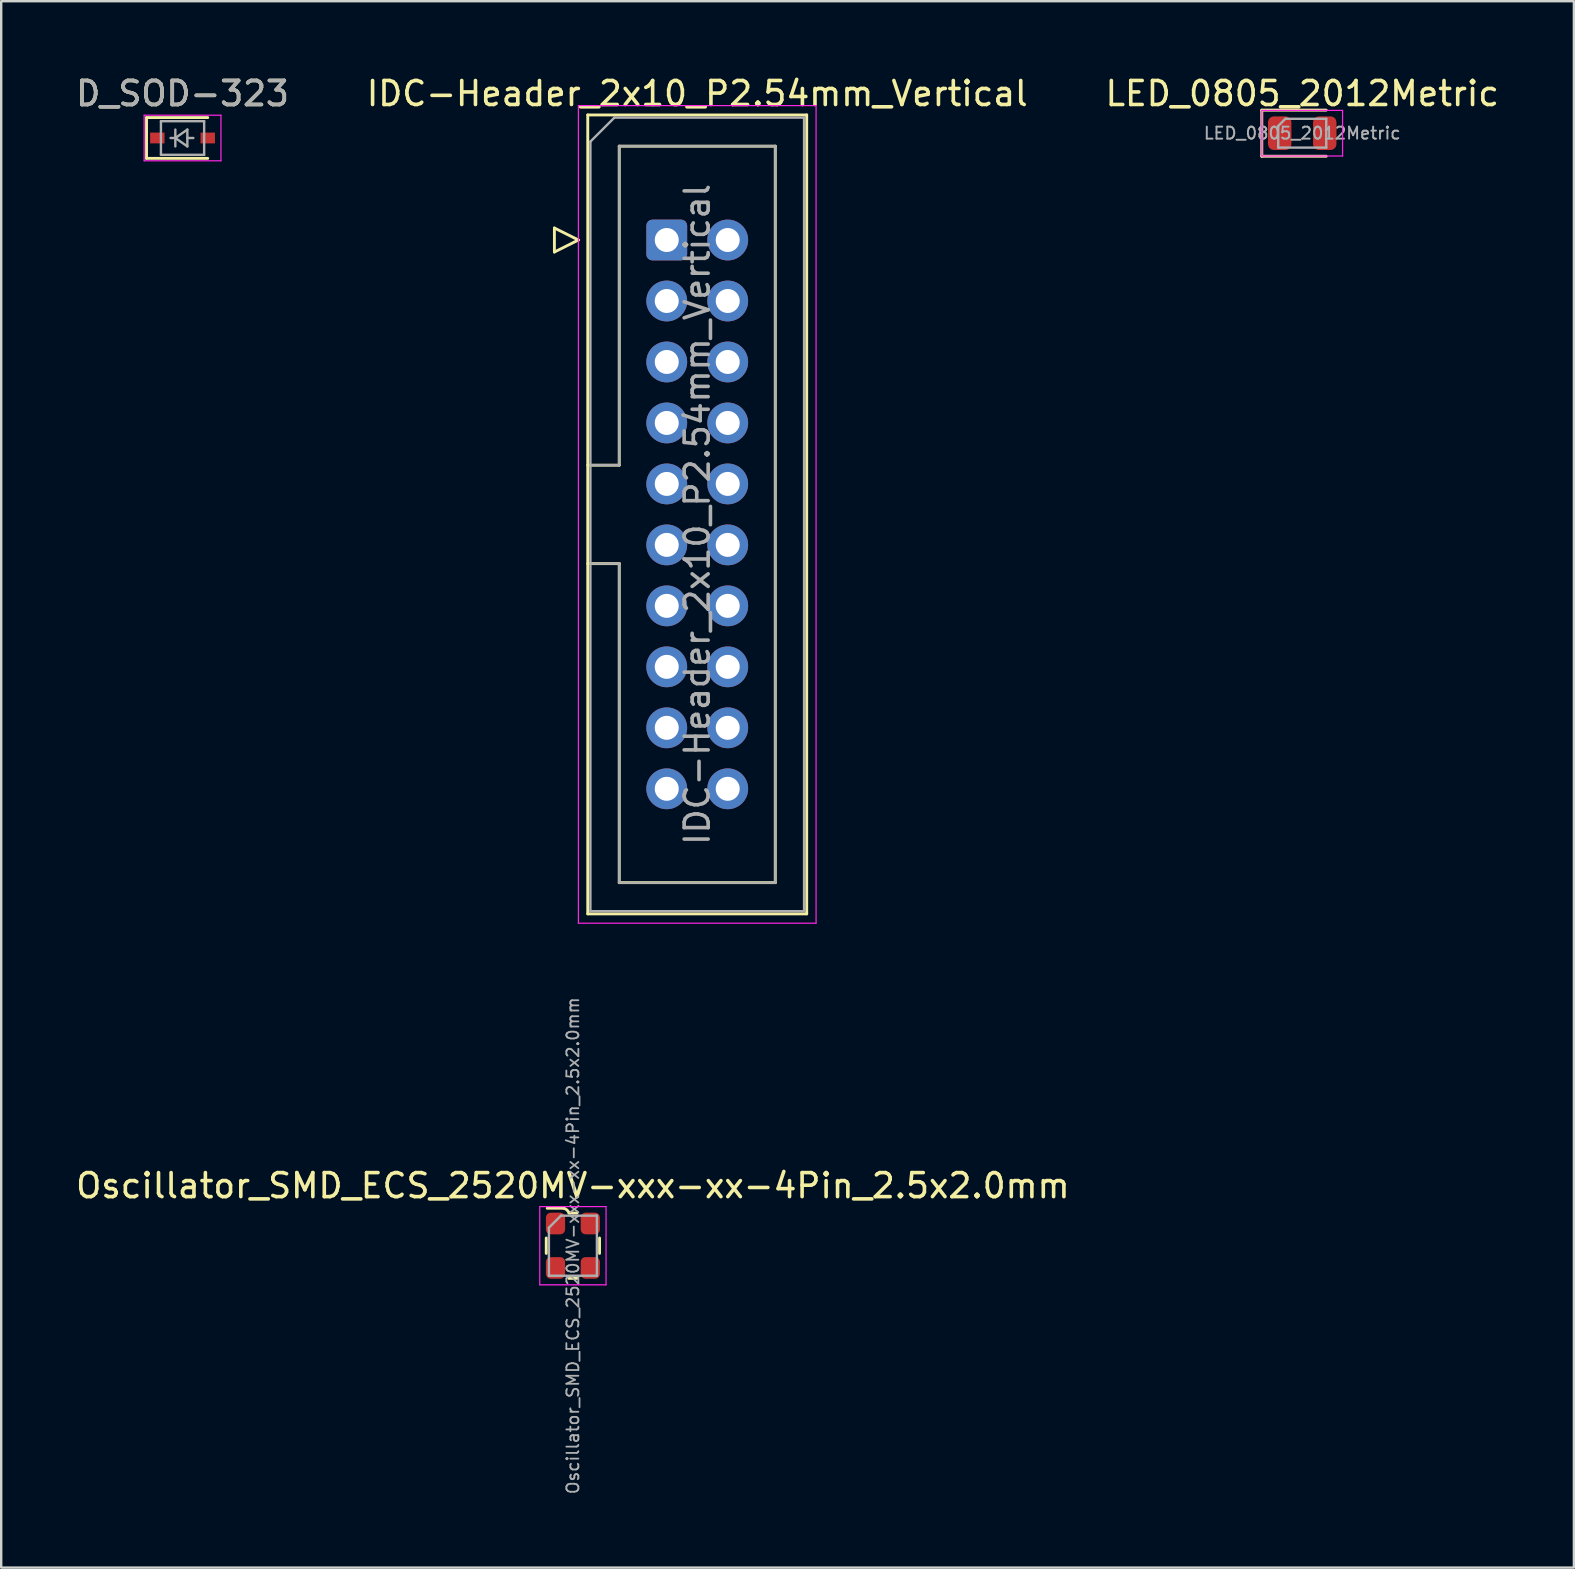
<source format=kicad_pcb>
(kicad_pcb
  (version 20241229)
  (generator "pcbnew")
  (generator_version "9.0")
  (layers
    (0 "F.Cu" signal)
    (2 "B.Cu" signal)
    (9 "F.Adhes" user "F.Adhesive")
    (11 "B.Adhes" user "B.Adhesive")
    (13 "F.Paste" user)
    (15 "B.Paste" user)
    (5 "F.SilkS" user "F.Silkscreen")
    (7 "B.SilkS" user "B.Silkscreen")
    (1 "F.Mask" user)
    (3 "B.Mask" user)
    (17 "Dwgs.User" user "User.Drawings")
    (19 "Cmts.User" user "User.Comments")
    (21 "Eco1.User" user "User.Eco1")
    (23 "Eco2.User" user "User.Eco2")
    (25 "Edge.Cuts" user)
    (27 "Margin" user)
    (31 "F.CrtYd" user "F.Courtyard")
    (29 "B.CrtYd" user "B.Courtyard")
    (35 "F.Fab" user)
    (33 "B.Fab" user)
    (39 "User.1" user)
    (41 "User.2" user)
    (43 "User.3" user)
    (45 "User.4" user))
  (footprint "LED_0805_2012Metric"
    (layer "F.Cu")
    (at 51.196 2.498)
    (property "Reference" "LED_0805_2012Metric" (at 0 -1.65 0) (layer "F.SilkS") (effects (font (size 1 1) (thickness 0.15))))
    (attr smd)
    (fp_line (start -1.685 -0.96) (end -1.685 0.96) (stroke (width 0.12) (type solid)) (layer "F.SilkS"))
    (fp_line (start -1.685 0.96) (end 1 0.96) (stroke (width 0.12) (type solid)) (layer "F.SilkS"))
    (fp_line (start 1 -0.96) (end -1.685 -0.96) (stroke (width 0.12) (type solid)) (layer "F.SilkS"))
    (fp_line (start -1.68 -0.95) (end 1.68 -0.95) (stroke (width 0.05) (type solid)) (layer "F.CrtYd"))
    (fp_line (start -1.68 0.95) (end -1.68 -0.95) (stroke (width 0.05) (type solid)) (layer "F.CrtYd"))
    (fp_line (start 1.68 -0.95) (end 1.68 0.95) (stroke (width 0.05) (type solid)) (layer "F.CrtYd"))
    (fp_line (start 1.68 0.95) (end -1.68 0.95) (stroke (width 0.05) (type solid)) (layer "F.CrtYd"))
    (fp_line (start -1 -0.3) (end -1 0.6) (stroke (width 0.1) (type solid)) (layer "F.Fab"))
    (fp_line (start -1 0.6) (end 1 0.6) (stroke (width 0.1) (type solid)) (layer "F.Fab"))
    (fp_line (start -0.7 -0.6) (end -1 -0.3) (stroke (width 0.1) (type solid)) (layer "F.Fab"))
    (fp_line (start 1 -0.6) (end -0.7 -0.6) (stroke (width 0.1) (type solid)) (layer "F.Fab"))
    (fp_line (start 1 0.6) (end 1 -0.6) (stroke (width 0.1) (type solid)) (layer "F.Fab"))
    (fp_text user "${REFERENCE}" (at 0 0 0) (layer "F.Fab") (effects (font (size 0.5 0.5) (thickness 0.08))))
    (pad "1" smd roundrect (at -0.938 0) (size 0.975 1.4) (layers "F.Cu" "F.Mask" "F.Paste") (roundrect_rratio 0.25))
    (pad "2" smd roundrect (at 0.938 0) (size 0.975 1.4) (layers "F.Cu" "F.Mask" "F.Paste") (roundrect_rratio 0.25)))
  (footprint "Oscillator_SMD_ECS_2520MV-xxx-xx-4Pin_2.5x2.0mm"
    (layer "F.Cu")
    (at 20.815 48.841)
    (property "Reference" "Oscillator_SMD_ECS_2520MV-xxx-xx-4Pin_2.5x2.0mm" (at 0 -2.5 0) (layer "F.SilkS") (effects (font (size 1 1) (thickness 0.15))))
    (attr smd)
    (fp_line (start -1.11 0.32) (end -1.11 -0.32) (stroke (width 0.12) (type solid)) (layer "F.SilkS"))
    (fp_line (start -0.38 -1.56) (end -1.07 -1.56) (stroke (width 0.12) (type solid)) (layer "F.SilkS"))
    (fp_line (start -0.17 1.36) (end 0.17 1.36) (stroke (width 0.12) (type solid)) (layer "F.SilkS"))
    (fp_line (start -0.16 -1.36) (end 0.17 -1.36) (stroke (width 0.12) (type solid)) (layer "F.SilkS"))
    (fp_line (start 1.11 0.32) (end 1.11 -0.32) (stroke (width 0.12) (type solid)) (layer "F.SilkS"))
    (fp_arc (start -0.38 -1.56) (mid -0.246393 -1.485967) (end -0.16 -1.36) (stroke (width 0.12) (type solid)) (layer "F.SilkS"))
    (fp_line (start -1.38 -1.63) (end -1.38 1.63) (stroke (width 0.05) (type solid)) (layer "F.CrtYd"))
    (fp_line (start -1.38 -1.63) (end 1.38 -1.63) (stroke (width 0.05) (type solid)) (layer "F.CrtYd"))
    (fp_line (start -1.38 1.63) (end 1.38 1.63) (stroke (width 0.05) (type solid)) (layer "F.CrtYd"))
    (fp_line (start 1.38 -1.63) (end 1.38 1.63) (stroke (width 0.05) (type solid)) (layer "F.CrtYd"))
    (fp_line (start -1 -0.75) (end -1 1.25) (stroke (width 0.1) (type solid)) (layer "F.Fab"))
    (fp_line (start -1 -0.75) (end -0.5 -1.25) (stroke (width 0.1) (type solid)) (layer "F.Fab"))
    (fp_line (start -1 1.25) (end 1 1.25) (stroke (width 0.1) (type solid)) (layer "F.Fab"))
    (fp_line (start -0.5 -1.25) (end 1 -1.25) (stroke (width 0.1) (type solid)) (layer "F.Fab"))
    (fp_line (start 1 -1.25) (end 1 1.25) (stroke (width 0.1) (type solid)) (layer "F.Fab"))
    (fp_text user "${REFERENCE}" (at 0 0 90) (layer "F.Fab") (effects (font (size 0.5 0.5) (thickness 0.075))))
    (pad "1" smd roundrect (at -0.725 -0.925) (size 0.8 0.9) (layers "F.Cu" "F.Mask" "F.Paste") (roundrect_rratio 0.25))
    (pad "2" smd roundrect (at -0.725 0.925) (size 0.8 0.9) (layers "F.Cu" "F.Mask" "F.Paste") (roundrect_rratio 0.25))
    (pad "3" smd roundrect (at 0.725 0.925) (size 0.8 0.9) (layers "F.Cu" "F.Mask" "F.Paste") (roundrect_rratio 0.25))
    (pad "4" smd roundrect (at 0.725 -0.925) (size 0.8 0.9) (layers "F.Cu" "F.Mask" "F.Paste") (roundrect_rratio 0.25)))
  (footprint "D_SOD-323"
    (layer "F.Cu")
    (at 4.554 2.698)
    (property "Reference" "D_SOD-323" (at 0 -1.85 0) (layer "F.SilkS") (effects (font (size 1 1) (thickness 0.15))))
    (attr smd)
    (fp_line (start -1.5 -0.85) (end -1.5 0.85) (stroke (width 0.12) (type solid)) (layer "F.SilkS"))
    (fp_line (start -1.5 -0.85) (end 1.05 -0.85) (stroke (width 0.12) (type solid)) (layer "F.SilkS"))
    (fp_line (start -1.5 0.85) (end 1.05 0.85) (stroke (width 0.12) (type solid)) (layer "F.SilkS"))
    (fp_line (start -1.6 -0.95) (end -1.6 0.95) (stroke (width 0.05) (type solid)) (layer "F.CrtYd"))
    (fp_line (start -1.6 -0.95) (end 1.6 -0.95) (stroke (width 0.05) (type solid)) (layer "F.CrtYd"))
    (fp_line (start -1.6 0.95) (end 1.6 0.95) (stroke (width 0.05) (type solid)) (layer "F.CrtYd"))
    (fp_line (start 1.6 -0.95) (end 1.6 0.95) (stroke (width 0.05) (type solid)) (layer "F.CrtYd"))
    (fp_line (start -0.9 -0.7) (end 0.9 -0.7) (stroke (width 0.1) (type solid)) (layer "F.Fab"))
    (fp_line (start -0.9 0.7) (end -0.9 -0.7) (stroke (width 0.1) (type solid)) (layer "F.Fab"))
    (fp_line (start -0.3 -0.35) (end -0.3 0.35) (stroke (width 0.1) (type solid)) (layer "F.Fab"))
    (fp_line (start -0.3 0) (end -0.5 0) (stroke (width 0.1) (type solid)) (layer "F.Fab"))
    (fp_line (start -0.3 0) (end 0.2 -0.35) (stroke (width 0.1) (type solid)) (layer "F.Fab"))
    (fp_line (start 0.2 -0.35) (end 0.2 0.35) (stroke (width 0.1) (type solid)) (layer "F.Fab"))
    (fp_line (start 0.2 0) (end 0.45 0) (stroke (width 0.1) (type solid)) (layer "F.Fab"))
    (fp_line (start 0.2 0.35) (end -0.3 0) (stroke (width 0.1) (type solid)) (layer "F.Fab"))
    (fp_line (start 0.9 -0.7) (end 0.9 0.7) (stroke (width 0.1) (type solid)) (layer "F.Fab"))
    (fp_line (start 0.9 0.7) (end -0.9 0.7) (stroke (width 0.1) (type solid)) (layer "F.Fab"))
    (fp_text user "${REFERENCE}" (at 0 -1.85 0) (layer "F.Fab") (effects (font (size 1 1) (thickness 0.15))))
    (pad "1" smd rect (at -1.05 0) (size 0.6 0.45) (layers "F.Cu" "F.Mask" "F.Paste"))
    (pad "2" smd rect (at 1.05 0) (size 0.6 0.45) (layers "F.Cu" "F.Mask" "F.Paste")))
  (footprint "IDC-Header_2x10_P2.54mm_Vertical"
    (layer "F.Cu")
    (at 24.724 6.948)
    (property "Reference" "IDC-Header_2x10_P2.54mm_Vertical" (at 1.27 -6.1 0) (layer "F.SilkS") (effects (font (size 1 1) (thickness 0.15))))
    (attr through_hole)
    (fp_line (start -4.68 -0.5) (end -4.68 0.5) (stroke (width 0.12) (type solid)) (layer "F.SilkS"))
    (fp_line (start -4.68 0.5) (end -3.68 0) (stroke (width 0.12) (type solid)) (layer "F.SilkS"))
    (fp_line (start -3.68 0) (end -4.68 -0.5) (stroke (width 0.12) (type solid)) (layer "F.SilkS"))
    (fp_line (start -3.29 -5.21) (end 5.83 -5.21) (stroke (width 0.12) (type solid)) (layer "F.SilkS"))
    (fp_line (start -3.29 9.38) (end -1.98 9.38) (stroke (width 0.12) (type solid)) (layer "F.SilkS"))
    (fp_line (start -3.29 28.07) (end -3.29 -5.21) (stroke (width 0.12) (type solid)) (layer "F.SilkS"))
    (fp_line (start -1.98 -3.91) (end 4.52 -3.91) (stroke (width 0.12) (type solid)) (layer "F.SilkS"))
    (fp_line (start -1.98 9.38) (end -1.98 -3.91) (stroke (width 0.12) (type solid)) (layer "F.SilkS"))
    (fp_line (start -1.98 13.48) (end -3.29 13.48) (stroke (width 0.12) (type solid)) (layer "F.SilkS"))
    (fp_line (start -1.98 13.48) (end -1.98 13.48) (stroke (width 0.12) (type solid)) (layer "F.SilkS"))
    (fp_line (start -1.98 26.77) (end -1.98 13.48) (stroke (width 0.12) (type solid)) (layer "F.SilkS"))
    (fp_line (start 4.52 -3.91) (end 4.52 26.77) (stroke (width 0.12) (type solid)) (layer "F.SilkS"))
    (fp_line (start 4.52 26.77) (end -1.98 26.77) (stroke (width 0.12) (type solid)) (layer "F.SilkS"))
    (fp_line (start 5.83 -5.21) (end 5.83 28.07) (stroke (width 0.12) (type solid)) (layer "F.SilkS"))
    (fp_line (start 5.83 28.07) (end -3.29 28.07) (stroke (width 0.12) (type solid)) (layer "F.SilkS"))
    (fp_line (start -3.68 -5.6) (end -3.68 28.46) (stroke (width 0.05) (type solid)) (layer "F.CrtYd"))
    (fp_line (start -3.68 28.46) (end 6.22 28.46) (stroke (width 0.05) (type solid)) (layer "F.CrtYd"))
    (fp_line (start 6.22 -5.6) (end -3.68 -5.6) (stroke (width 0.05) (type solid)) (layer "F.CrtYd"))
    (fp_line (start 6.22 28.46) (end 6.22 -5.6) (stroke (width 0.05) (type solid)) (layer "F.CrtYd"))
    (fp_line (start -3.18 -4.1) (end -2.18 -5.1) (stroke (width 0.1) (type solid)) (layer "F.Fab"))
    (fp_line (start -3.18 9.38) (end -1.98 9.38) (stroke (width 0.1) (type solid)) (layer "F.Fab"))
    (fp_line (start -3.18 27.96) (end -3.18 -4.1) (stroke (width 0.1) (type solid)) (layer "F.Fab"))
    (fp_line (start -2.18 -5.1) (end 5.72 -5.1) (stroke (width 0.1) (type solid)) (layer "F.Fab"))
    (fp_line (start -1.98 -3.91) (end 4.52 -3.91) (stroke (width 0.1) (type solid)) (layer "F.Fab"))
    (fp_line (start -1.98 9.38) (end -1.98 -3.91) (stroke (width 0.1) (type solid)) (layer "F.Fab"))
    (fp_line (start -1.98 13.48) (end -3.18 13.48) (stroke (width 0.1) (type solid)) (layer "F.Fab"))
    (fp_line (start -1.98 13.48) (end -1.98 13.48) (stroke (width 0.1) (type solid)) (layer "F.Fab"))
    (fp_line (start -1.98 26.77) (end -1.98 13.48) (stroke (width 0.1) (type solid)) (layer "F.Fab"))
    (fp_line (start 4.52 -3.91) (end 4.52 26.77) (stroke (width 0.1) (type solid)) (layer "F.Fab"))
    (fp_line (start 4.52 26.77) (end -1.98 26.77) (stroke (width 0.1) (type solid)) (layer "F.Fab"))
    (fp_line (start 5.72 -5.1) (end 5.72 27.96) (stroke (width 0.1) (type solid)) (layer "F.Fab"))
    (fp_line (start 5.72 27.96) (end -3.18 27.96) (stroke (width 0.1) (type solid)) (layer "F.Fab"))
    (fp_text user "${REFERENCE}" (at 1.27 11.43 90) (layer "F.Fab") (effects (font (size 1 1) (thickness 0.15))))
    (pad "1" thru_hole roundrect (at 0 0) (size 1.7 1.7) (drill 1) (layers "*.Cu" "*.Mask") (roundrect_rratio 0.147))
    (pad "2" thru_hole circle (at 2.54 0) (size 1.7 1.7) (drill 1) (layers "*.Cu" "*.Mask"))
    (pad "3" thru_hole circle (at 0 2.54) (size 1.7 1.7) (drill 1) (layers "*.Cu" "*.Mask"))
    (pad "4" thru_hole circle (at 2.54 2.54) (size 1.7 1.7) (drill 1) (layers "*.Cu" "*.Mask"))
    (pad "5" thru_hole circle (at 0 5.08) (size 1.7 1.7) (drill 1) (layers "*.Cu" "*.Mask"))
    (pad "6" thru_hole circle (at 2.54 5.08) (size 1.7 1.7) (drill 1) (layers "*.Cu" "*.Mask"))
    (pad "7" thru_hole circle (at 0 7.62) (size 1.7 1.7) (drill 1) (layers "*.Cu" "*.Mask"))
    (pad "8" thru_hole circle (at 2.54 7.62) (size 1.7 1.7) (drill 1) (layers "*.Cu" "*.Mask"))
    (pad "9" thru_hole circle (at 0 10.16) (size 1.7 1.7) (drill 1) (layers "*.Cu" "*.Mask"))
    (pad "10" thru_hole circle (at 2.54 10.16) (size 1.7 1.7) (drill 1) (layers "*.Cu" "*.Mask"))
    (pad "11" thru_hole circle (at 0 12.7) (size 1.7 1.7) (drill 1) (layers "*.Cu" "*.Mask"))
    (pad "12" thru_hole circle (at 2.54 12.7) (size 1.7 1.7) (drill 1) (layers "*.Cu" "*.Mask"))
    (pad "13" thru_hole circle (at 0 15.24) (size 1.7 1.7) (drill 1) (layers "*.Cu" "*.Mask"))
    (pad "14" thru_hole circle (at 2.54 15.24) (size 1.7 1.7) (drill 1) (layers "*.Cu" "*.Mask"))
    (pad "15" thru_hole circle (at 0 17.78) (size 1.7 1.7) (drill 1) (layers "*.Cu" "*.Mask"))
    (pad "16" thru_hole circle (at 2.54 17.78) (size 1.7 1.7) (drill 1) (layers "*.Cu" "*.Mask"))
    (pad "17" thru_hole circle (at 0 20.32) (size 1.7 1.7) (drill 1) (layers "*.Cu" "*.Mask"))
    (pad "18" thru_hole circle (at 2.54 20.32) (size 1.7 1.7) (drill 1) (layers "*.Cu" "*.Mask"))
    (pad "19" thru_hole circle (at 0 22.86) (size 1.7 1.7) (drill 1) (layers "*.Cu" "*.Mask"))
    (pad "20" thru_hole circle (at 2.54 22.86) (size 1.7 1.7) (drill 1) (layers "*.Cu" "*.Mask")))
  (gr_rect
    (start -3 -3)
    (end 62.512 62.249)
    (stroke (width 0.1) (type default))
    (fill no)
    (layer "Edge.Cuts")))
</source>
